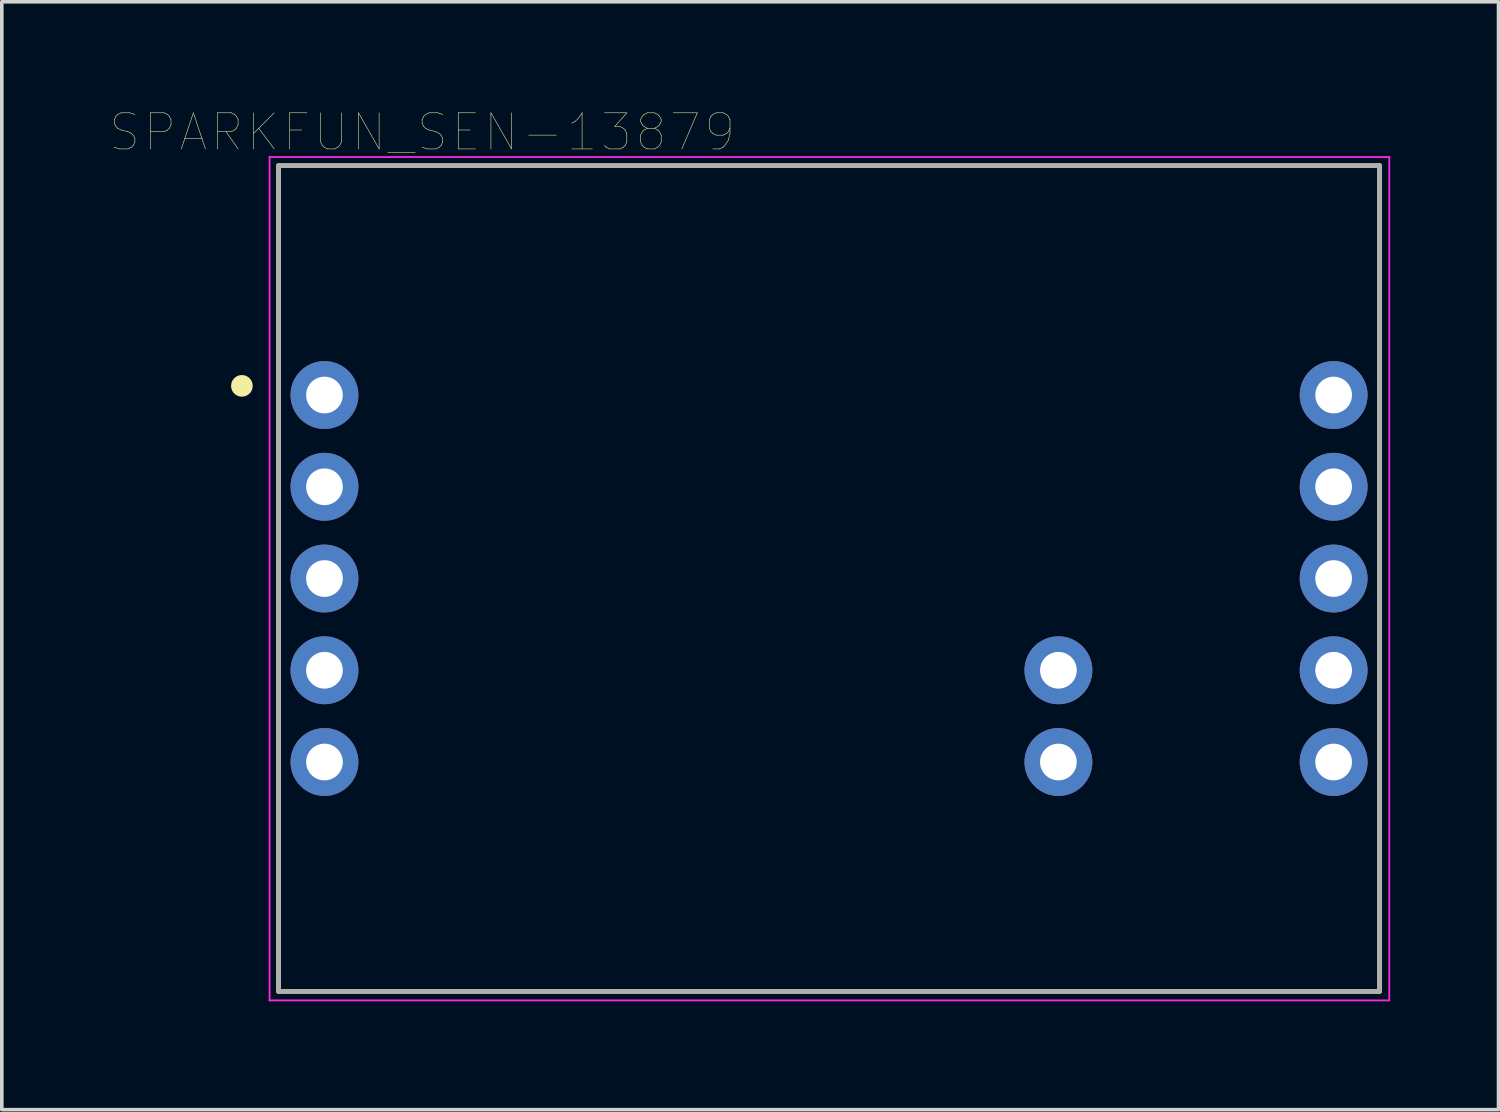
<source format=kicad_pcb>
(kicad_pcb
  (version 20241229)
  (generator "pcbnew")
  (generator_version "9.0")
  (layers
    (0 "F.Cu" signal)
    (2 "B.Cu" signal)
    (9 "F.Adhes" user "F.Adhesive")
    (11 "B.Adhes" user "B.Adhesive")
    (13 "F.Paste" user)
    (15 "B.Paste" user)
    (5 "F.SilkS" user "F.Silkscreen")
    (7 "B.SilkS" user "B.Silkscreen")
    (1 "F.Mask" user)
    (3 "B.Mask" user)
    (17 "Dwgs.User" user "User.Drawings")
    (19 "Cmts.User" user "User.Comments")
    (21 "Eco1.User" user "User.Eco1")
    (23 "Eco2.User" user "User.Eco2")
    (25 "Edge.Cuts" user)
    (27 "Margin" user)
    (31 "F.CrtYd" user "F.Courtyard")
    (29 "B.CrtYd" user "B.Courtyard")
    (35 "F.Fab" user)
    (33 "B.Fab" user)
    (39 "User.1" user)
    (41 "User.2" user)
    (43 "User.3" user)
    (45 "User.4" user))
  (footprint "SPARKFUN_SEN-13879"
    (layer "F.Cu")
    (at 19.903 12.967)
    (property "Reference" "SPARKFUN_SEN-13879" (at -11.266 -12.356 0) (layer "F.SilkS") (effects (font (size 1 1) (thickness 0.015))))
    (attr through_hole)
    (fp_line (start -15.24 -11.43) (end 15.24 -11.43) (stroke (width 0.127) (type solid)) (layer "F.SilkS"))
    (fp_line (start -15.24 11.43) (end -15.24 -11.43) (stroke (width 0.127) (type solid)) (layer "F.SilkS"))
    (fp_line (start 15.24 -11.43) (end 15.24 11.43) (stroke (width 0.127) (type solid)) (layer "F.SilkS"))
    (fp_line (start 15.24 11.43) (end -15.24 11.43) (stroke (width 0.127) (type solid)) (layer "F.SilkS"))
    (fp_circle (center -16.256 -5.334) (end -16.106 -5.334) (stroke (width 0.3) (type solid)) (fill no) (layer "F.SilkS"))
    (fp_line (start -15.49 -11.67) (end 15.51 -11.67) (stroke (width 0.05) (type solid)) (layer "F.CrtYd"))
    (fp_line (start -15.49 11.68) (end -15.49 -11.67) (stroke (width 0.05) (type solid)) (layer "F.CrtYd"))
    (fp_line (start 15.51 -11.67) (end 15.51 11.68) (stroke (width 0.05) (type solid)) (layer "F.CrtYd"))
    (fp_line (start 15.51 11.68) (end -15.49 11.68) (stroke (width 0.05) (type solid)) (layer "F.CrtYd"))
    (fp_line (start -15.24 -11.43) (end 15.24 -11.43) (stroke (width 0.127) (type solid)) (layer "F.Fab"))
    (fp_line (start -15.24 11.43) (end -15.24 -11.43) (stroke (width 0.127) (type solid)) (layer "F.Fab"))
    (fp_line (start 15.24 -11.43) (end 15.24 11.43) (stroke (width 0.127) (type solid)) (layer "F.Fab"))
    (fp_line (start 15.24 11.43) (end -15.24 11.43) (stroke (width 0.127) (type solid)) (layer "F.Fab"))
    (pad "1" thru_hole circle (at -13.97 -5.08) (size 1.88 1.88) (drill 1.016) (layers "*.Cu" "*.Mask"))
    (pad "2" thru_hole circle (at -13.97 -2.54) (size 1.88 1.88) (drill 1.016) (layers "*.Cu" "*.Mask"))
    (pad "3" thru_hole circle (at -13.97 0) (size 1.88 1.88) (drill 1.016) (layers "*.Cu" "*.Mask"))
    (pad "4" thru_hole circle (at -13.97 2.54) (size 1.88 1.88) (drill 1.016) (layers "*.Cu" "*.Mask"))
    (pad "5" thru_hole circle (at -13.97 5.08) (size 1.88 1.88) (drill 1.016) (layers "*.Cu" "*.Mask"))
    (pad "6" thru_hole circle (at 13.97 5.08) (size 1.88 1.88) (drill 1.016) (layers "*.Cu" "*.Mask"))
    (pad "7" thru_hole circle (at 13.97 2.54) (size 1.88 1.88) (drill 1.016) (layers "*.Cu" "*.Mask"))
    (pad "8" thru_hole circle (at 13.97 0) (size 1.88 1.88) (drill 1.016) (layers "*.Cu" "*.Mask"))
    (pad "9" thru_hole circle (at 13.97 -2.54) (size 1.88 1.88) (drill 1.016) (layers "*.Cu" "*.Mask"))
    (pad "10" thru_hole circle (at 13.97 -5.08) (size 1.88 1.88) (drill 1.016) (layers "*.Cu" "*.Mask"))
    (pad "11" thru_hole circle (at 6.35 2.54) (size 1.88 1.88) (drill 1.016) (layers "*.Cu" "*.Mask"))
    (pad "12" thru_hole circle (at 6.35 5.08) (size 1.88 1.88) (drill 1.016) (layers "*.Cu" "*.Mask")))
  (gr_rect
    (start -3 -3)
    (end 38.438 27.672)
    (stroke (width 0.1) (type default))
    (fill no)
    (layer "Edge.Cuts")))
</source>
